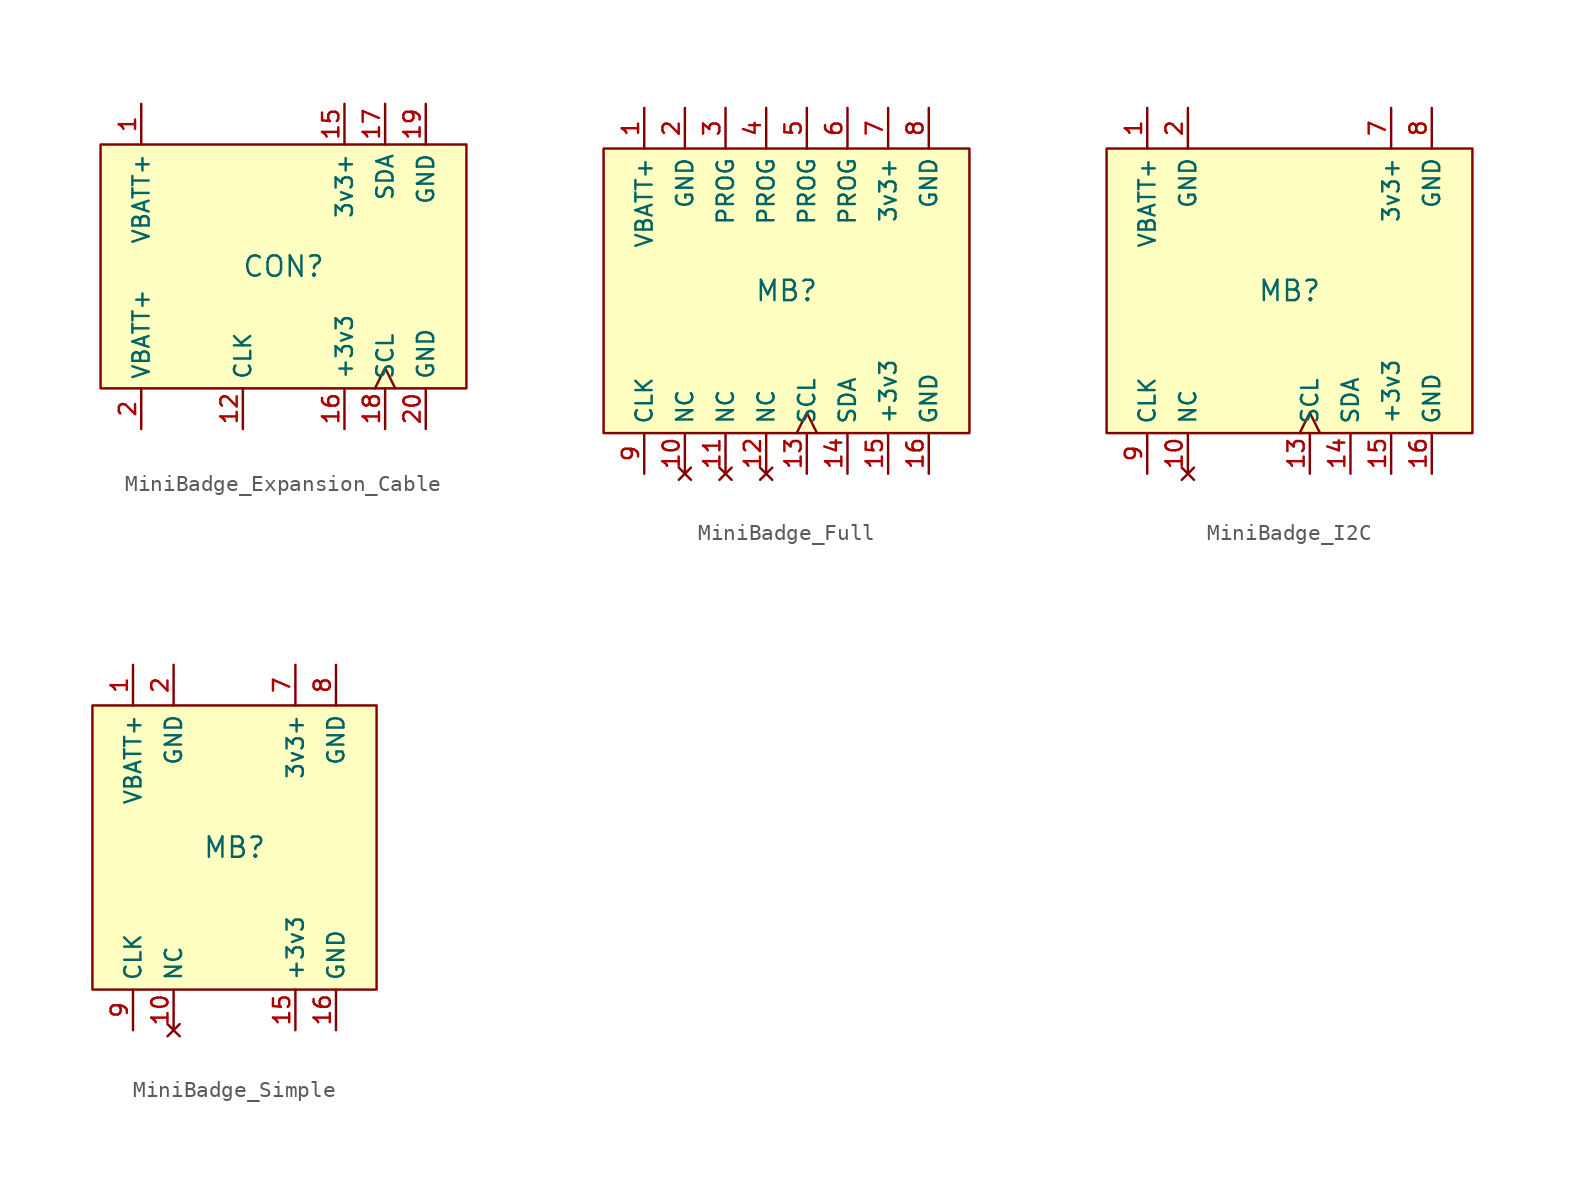
<source format=kicad_sym>
(kicad_symbol_lib
  (version 20241209)
  (generator "kicad_symbol_editor")
  (generator_version "9.0")
  (symbol "MiniBadge_Expansion_Cable"
    (property "Reference" "CON"
      (at 0 0 0)
      (effects (font (size 1.27 1.27))))
    (symbol "MiniBadge_Expansion_Cable_1_1"
      (rectangle (start -11.43 7.62) (end 11.43 -7.62) (stroke (width 0) (type solid)) (fill (type background)))
      (pin power_in line (at -8.89 10.16 270) (length 2.54) (name "VBATT+" (effects (font (size 1.016 1.016)))) (number "1" (effects (font (size 1.016 1.016)))))
      (pin power_in line (at -8.89 -10.16 90) (length 2.54) (name "VBATT+" (effects (font (size 1.016 1.016)))) (number "2" (effects (font (size 1.016 1.016)))))
      (pin output line (at -2.54 -10.16 90) (length 2.54) (name "CLK" (effects (font (size 1.016 1.016)))) (number "12" (effects (font (size 1.016 1.016)))))
      (pin power_in line (at 3.81 10.16 270) (length 2.54) (name "3v3+" (effects (font (size 1.016 1.016)))) (number "15" (effects (font (size 1.016 1.016)))))
      (pin power_out line (at 3.81 -10.16 90) (length 2.54) (name "+3v3" (effects (font (size 1.016 1.016)))) (number "16" (effects (font (size 1.016 1.016)))))
      (pin bidirectional line (at 6.35 10.16 270) (length 2.54) (name "SDA" (effects (font (size 1.016 1.016)))) (number "17" (effects (font (size 1.016 1.016)))))
      (pin bidirectional clock (at 6.35 -10.16 90) (length 2.54) (name "SCL" (effects (font (size 1.016 1.016)))) (number "18" (effects (font (size 1.016 1.016)))))
      (pin power_in line (at 8.89 10.16 270) (length 2.54) (name "GND" (effects (font (size 1.016 1.016)))) (number "19" (effects (font (size 1.016 1.016)))))
      (pin power_out line (at 8.89 -10.16 90) (length 2.54) (name "GND" (effects (font (size 1.016 1.016)))) (number "20" (effects (font (size 1.016 1.016)))))))
  (symbol "MiniBadge_Full"
    (property "Reference" "MB"
      (at 0 0 0)
      (effects (font (size 1.27 1.27))))
    (symbol "MiniBadge_Full_1_1"
      (rectangle (start -11.43 8.89) (end 11.43 -8.89) (stroke (width 0) (type solid)) (fill (type background)))
      (pin power_in line (at -8.89 11.43 270) (length 2.54) (name "VBATT+" (effects (font (size 1.016 1.016)))) (number "1" (effects (font (size 1.016 1.016)))))
      (pin output line (at -8.89 -11.43 90) (length 2.54) (name "CLK" (effects (font (size 1.016 1.016)))) (number "9" (effects (font (size 1.016 1.016)))))
      (pin power_in line (at -6.35 11.43 270) (length 2.54) (name "GND" (effects (font (size 1.016 1.016)))) (number "2" (effects (font (size 1.016 1.016)))))
      (pin no_connect line (at -6.35 -11.43 90) (length 2.54) (name "NC" (effects (font (size 1.016 1.016)))) (number "10" (effects (font (size 1.016 1.016)))))
      (pin bidirectional line (at -3.81 11.43 270) (length 2.54) (name "PROG" (effects (font (size 1.016 1.016)))) (number "3" (effects (font (size 1.016 1.016)))))
      (pin no_connect line (at -3.81 -11.43 90) (length 2.54) (name "NC" (effects (font (size 1.016 1.016)))) (number "11" (effects (font (size 1.016 1.016)))))
      (pin bidirectional line (at -1.27 11.43 270) (length 2.54) (name "PROG" (effects (font (size 1.016 1.016)))) (number "4" (effects (font (size 1.016 1.016)))))
      (pin no_connect line (at -1.27 -11.43 90) (length 2.54) (name "NC" (effects (font (size 1.016 1.016)))) (number "12" (effects (font (size 1.016 1.016)))))
      (pin bidirectional line (at 1.27 11.43 270) (length 2.54) (name "PROG" (effects (font (size 1.016 1.016)))) (number "5" (effects (font (size 1.016 1.016)))))
      (pin bidirectional clock (at 1.27 -11.43 90) (length 2.54) (name "SCL" (effects (font (size 1.016 1.016)))) (number "13" (effects (font (size 1.016 1.016)))))
      (pin bidirectional line (at 3.81 11.43 270) (length 2.54) (name "PROG" (effects (font (size 1.016 1.016)))) (number "6" (effects (font (size 1.016 1.016)))))
      (pin bidirectional line (at 3.81 -11.43 90) (length 2.54) (name "SDA" (effects (font (size 1.016 1.016)))) (number "14" (effects (font (size 1.016 1.016)))))
      (pin power_in line (at 6.35 11.43 270) (length 2.54) (name "3v3+" (effects (font (size 1.016 1.016)))) (number "7" (effects (font (size 1.016 1.016)))))
      (pin power_out line (at 6.35 -11.43 90) (length 2.54) (name "+3v3" (effects (font (size 1.016 1.016)))) (number "15" (effects (font (size 1.016 1.016)))))
      (pin power_in line (at 8.89 11.43 270) (length 2.54) (name "GND" (effects (font (size 1.016 1.016)))) (number "8" (effects (font (size 1.016 1.016)))))
      (pin power_out line (at 8.89 -11.43 90) (length 2.54) (name "GND" (effects (font (size 1.016 1.016)))) (number "16" (effects (font (size 1.016 1.016)))))))
  (symbol "MiniBadge_I2C"
    (property "Reference" "MB"
      (at 0 0 0)
      (effects (font (size 1.27 1.27))))
    (symbol "MiniBadge_I2C_1_1"
      (rectangle (start -11.43 8.89) (end 11.43 -8.89) (stroke (width 0) (type solid)) (fill (type background)))
      (pin power_in line (at -8.89 11.43 270) (length 2.54) (name "VBATT+" (effects (font (size 1.016 1.016)))) (number "1" (effects (font (size 1.016 1.016)))))
      (pin output line (at -8.89 -11.43 90) (length 2.54) (name "CLK" (effects (font (size 1.016 1.016)))) (number "9" (effects (font (size 1.016 1.016)))))
      (pin power_in line (at -6.35 11.43 270) (length 2.54) (name "GND" (effects (font (size 1.016 1.016)))) (number "2" (effects (font (size 1.016 1.016)))))
      (pin no_connect line (at -6.35 -11.43 90) (length 2.54) (name "NC" (effects (font (size 1.016 1.016)))) (number "10" (effects (font (size 1.016 1.016)))))
      (pin bidirectional clock (at 1.27 -11.43 90) (length 2.54) (name "SCL" (effects (font (size 1.016 1.016)))) (number "13" (effects (font (size 1.016 1.016)))))
      (pin bidirectional line (at 3.81 -11.43 90) (length 2.54) (name "SDA" (effects (font (size 1.016 1.016)))) (number "14" (effects (font (size 1.016 1.016)))))
      (pin power_in line (at 6.35 11.43 270) (length 2.54) (name "3v3+" (effects (font (size 1.016 1.016)))) (number "7" (effects (font (size 1.016 1.016)))))
      (pin power_out line (at 6.35 -11.43 90) (length 2.54) (name "+3v3" (effects (font (size 1.016 1.016)))) (number "15" (effects (font (size 1.016 1.016)))))
      (pin power_in line (at 8.89 11.43 270) (length 2.54) (name "GND" (effects (font (size 1.016 1.016)))) (number "8" (effects (font (size 1.016 1.016)))))
      (pin power_out line (at 8.89 -11.43 90) (length 2.54) (name "GND" (effects (font (size 1.016 1.016)))) (number "16" (effects (font (size 1.016 1.016)))))))
  (symbol "MiniBadge_Simple"
    (property "Reference" "MB"
      (at 0 0 0)
      (effects (font (size 1.27 1.27))))
    (symbol "MiniBadge_Simple_1_1"
      (rectangle (start -8.89 8.89) (end 8.89 -8.89) (stroke (width 0) (type solid)) (fill (type background)))
      (pin power_in line (at -6.35 11.43 270) (length 2.54) (name "VBATT+" (effects (font (size 1.016 1.016)))) (number "1" (effects (font (size 1.016 1.016)))))
      (pin output line (at -6.35 -11.43 90) (length 2.54) (name "CLK" (effects (font (size 1.016 1.016)))) (number "9" (effects (font (size 1.016 1.016)))))
      (pin power_in line (at -3.81 11.43 270) (length 2.54) (name "GND" (effects (font (size 1.016 1.016)))) (number "2" (effects (font (size 1.016 1.016)))))
      (pin no_connect line (at -3.81 -11.43 90) (length 2.54) (name "NC" (effects (font (size 1.016 1.016)))) (number "10" (effects (font (size 1.016 1.016)))))
      (pin power_in line (at 3.81 11.43 270) (length 2.54) (name "3v3+" (effects (font (size 1.016 1.016)))) (number "7" (effects (font (size 1.016 1.016)))))
      (pin power_out line (at 3.81 -11.43 90) (length 2.54) (name "+3v3" (effects (font (size 1.016 1.016)))) (number "15" (effects (font (size 1.016 1.016)))))
      (pin power_in line (at 6.35 11.43 270) (length 2.54) (name "GND" (effects (font (size 1.016 1.016)))) (number "8" (effects (font (size 1.016 1.016)))))
      (pin power_out line (at 6.35 -11.43 90) (length 2.54) (name "GND" (effects (font (size 1.016 1.016)))) (number "16" (effects (font (size 1.016 1.016))))))))
</source>
